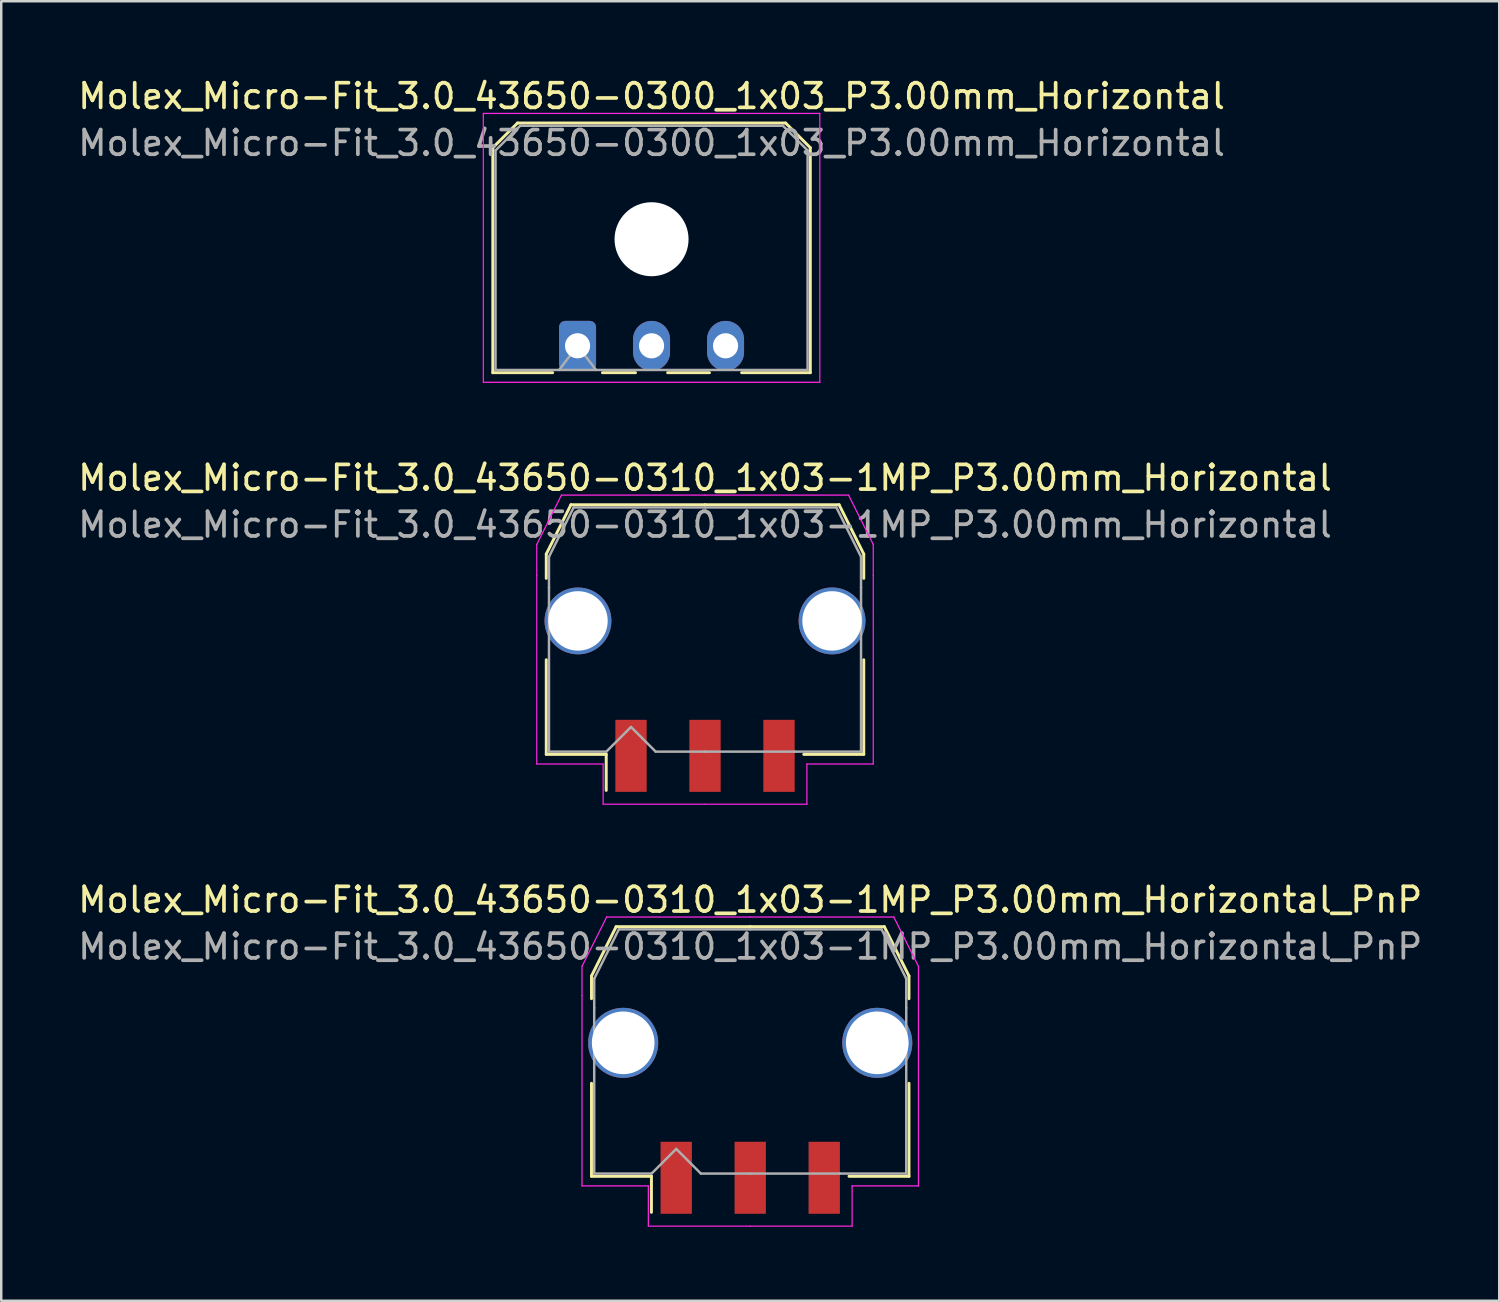
<source format=kicad_pcb>
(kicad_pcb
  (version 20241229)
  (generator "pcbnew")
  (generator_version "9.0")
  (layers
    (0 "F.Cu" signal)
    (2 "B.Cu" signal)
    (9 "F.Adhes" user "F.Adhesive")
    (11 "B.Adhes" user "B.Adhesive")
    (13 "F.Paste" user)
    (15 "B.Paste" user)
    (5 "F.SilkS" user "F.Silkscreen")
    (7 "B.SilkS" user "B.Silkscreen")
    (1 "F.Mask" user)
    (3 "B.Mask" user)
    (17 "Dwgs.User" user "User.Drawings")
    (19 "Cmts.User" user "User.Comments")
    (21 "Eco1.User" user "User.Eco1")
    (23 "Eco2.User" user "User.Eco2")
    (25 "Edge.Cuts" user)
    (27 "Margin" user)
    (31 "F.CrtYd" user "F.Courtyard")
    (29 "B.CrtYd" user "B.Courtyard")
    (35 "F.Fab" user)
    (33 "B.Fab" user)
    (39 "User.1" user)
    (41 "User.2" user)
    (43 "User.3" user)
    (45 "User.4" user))
  (footprint "Molex_Micro-Fit_3.0_43650-0310_1x03-1MP_P3.00mm_Horizontal"
    (layer "F.Cu")
    (at 25.53 22.471)
    (property "Reference" "Molex_Micro-Fit_3.0_43650-0310_1x03-1MP_P3.00mm_Horizontal" (at 0 -6.15 0) (layer "F.SilkS") (effects (font (size 1 1) (thickness 0.15))))
    (attr smd)
    (fp_line (start -6.435 -3.06) (end -6.435 -2.075) (stroke (width 0.12) (type solid)) (layer "F.SilkS"))
    (fp_line (start -6.435 1.225) (end -6.435 5.06) (stroke (width 0.12) (type solid)) (layer "F.SilkS"))
    (fp_line (start -6.435 5.06) (end -4.005 5.06) (stroke (width 0.12) (type solid)) (layer "F.SilkS"))
    (fp_line (start -5.435 -5.06) (end -6.435 -3.06) (stroke (width 0.12) (type solid)) (layer "F.SilkS"))
    (fp_line (start -4.005 5.06) (end -4.005 6.52) (stroke (width 0.12) (type solid)) (layer "F.SilkS"))
    (fp_line (start 0 -5.06) (end -5.435 -5.06) (stroke (width 0.12) (type solid)) (layer "F.SilkS"))
    (fp_line (start 0 -5.06) (end 5.435 -5.06) (stroke (width 0.12) (type solid)) (layer "F.SilkS"))
    (fp_line (start 5.435 -5.06) (end 6.435 -3.06) (stroke (width 0.12) (type solid)) (layer "F.SilkS"))
    (fp_line (start 6.435 -3.06) (end 6.435 -2.075) (stroke (width 0.12) (type solid)) (layer "F.SilkS"))
    (fp_line (start 6.435 1.225) (end 6.435 5.06) (stroke (width 0.12) (type solid)) (layer "F.SilkS"))
    (fp_line (start 6.435 5.06) (end 4.005 5.06) (stroke (width 0.12) (type solid)) (layer "F.SilkS"))
    (fp_line (start -6.82 -3.45) (end -6.82 -2.2) (stroke (width 0.05) (type solid)) (layer "F.CrtYd"))
    (fp_line (start -6.82 -2.2) (end -6.82 5.45) (stroke (width 0.05) (type solid)) (layer "F.CrtYd"))
    (fp_line (start -6.82 5.45) (end -4.13 5.45) (stroke (width 0.05) (type solid)) (layer "F.CrtYd"))
    (fp_line (start -5.82 -5.45) (end -6.82 -3.45) (stroke (width 0.05) (type solid)) (layer "F.CrtYd"))
    (fp_line (start -4.13 5.45) (end -4.13 7.08) (stroke (width 0.05) (type solid)) (layer "F.CrtYd"))
    (fp_line (start -4.13 7.08) (end 0 7.08) (stroke (width 0.05) (type solid)) (layer "F.CrtYd"))
    (fp_line (start 0 -5.45) (end -5.82 -5.45) (stroke (width 0.05) (type solid)) (layer "F.CrtYd"))
    (fp_line (start 0 -5.45) (end 5.82 -5.45) (stroke (width 0.05) (type solid)) (layer "F.CrtYd"))
    (fp_line (start 4.13 5.45) (end 4.13 7.08) (stroke (width 0.05) (type solid)) (layer "F.CrtYd"))
    (fp_line (start 4.13 7.08) (end 0 7.08) (stroke (width 0.05) (type solid)) (layer "F.CrtYd"))
    (fp_line (start 5.82 -5.45) (end 6.82 -3.45) (stroke (width 0.05) (type solid)) (layer "F.CrtYd"))
    (fp_line (start 6.82 -3.45) (end 6.82 -2.2) (stroke (width 0.05) (type solid)) (layer "F.CrtYd"))
    (fp_line (start 6.82 -2.2) (end 6.82 5.45) (stroke (width 0.05) (type solid)) (layer "F.CrtYd"))
    (fp_line (start 6.82 5.45) (end 4.13 5.45) (stroke (width 0.05) (type solid)) (layer "F.CrtYd"))
    (fp_line (start -6.325 -2.95) (end -6.325 -1.705) (stroke (width 0.1) (type solid)) (layer "F.Fab"))
    (fp_line (start -6.325 -1.705) (end -6.325 4.95) (stroke (width 0.1) (type solid)) (layer "F.Fab"))
    (fp_line (start -6.325 4.95) (end -4 4.95) (stroke (width 0.1) (type solid)) (layer "F.Fab"))
    (fp_line (start -5.325 -4.95) (end -6.325 -2.95) (stroke (width 0.1) (type solid)) (layer "F.Fab"))
    (fp_line (start -4 4.95) (end -3 3.95) (stroke (width 0.1) (type solid)) (layer "F.Fab"))
    (fp_line (start -3 3.95) (end -2 4.95) (stroke (width 0.1) (type solid)) (layer "F.Fab"))
    (fp_line (start -2 4.95) (end 0 4.95) (stroke (width 0.1) (type solid)) (layer "F.Fab"))
    (fp_line (start 0 -4.95) (end -5.325 -4.95) (stroke (width 0.1) (type solid)) (layer "F.Fab"))
    (fp_line (start 0 -4.95) (end 5.325 -4.95) (stroke (width 0.1) (type solid)) (layer "F.Fab"))
    (fp_line (start 3.635 4.95) (end 0 4.95) (stroke (width 0.1) (type solid)) (layer "F.Fab"))
    (fp_line (start 5.325 -4.95) (end 6.325 -2.95) (stroke (width 0.1) (type solid)) (layer "F.Fab"))
    (fp_line (start 6.325 -2.95) (end 6.325 -1.705) (stroke (width 0.1) (type solid)) (layer "F.Fab"))
    (fp_line (start 6.325 -1.705) (end 6.325 4.95) (stroke (width 0.1) (type solid)) (layer "F.Fab"))
    (fp_line (start 6.325 4.95) (end 3.635 4.95) (stroke (width 0.1) (type solid)) (layer "F.Fab"))
    (fp_text user "${REFERENCE}" (at 0 -4.25 0) (layer "F.Fab") (effects (font (size 1 1) (thickness 0.15))))
    (pad "1" smd rect (at -3 5.12) (size 1.27 2.92) (layers "F.Cu" "F.Mask" "F.Paste"))
    (pad "2" smd rect (at 0 5.12) (size 1.27 2.92) (layers "F.Cu" "F.Mask" "F.Paste"))
    (pad "3" smd rect (at 3 5.12) (size 1.27 2.92) (layers "F.Cu" "F.Mask" "F.Paste"))
    (pad "MP" thru_hole circle (at -5.15 -0.35) (size 2.71 2.71) (drill 2.41) (layers "*.Cu" "*.Mask"))
    (pad "MP" thru_hole circle (at 5.15 -0.35) (size 2.71 2.71) (drill 2.41) (layers "*.Cu" "*.Mask")))
  (footprint "Molex_Micro-Fit_3.0_43650-0300_1x03_P3.00mm_Horizontal"
    (layer "F.Cu")
    (at 20.363 10.968)
    (property "Reference" "Molex_Micro-Fit_3.0_43650-0300_1x03_P3.00mm_Horizontal" (at 3 -10.12 0) (layer "F.SilkS") (effects (font (size 1 1) (thickness 0.15))))
    (attr through_hole)
    (fp_line (start -3.435 -8.03) (end -2.435 -9.03) (stroke (width 0.12) (type solid)) (layer "F.SilkS"))
    (fp_line (start -3.435 1.09) (end -3.435 -8.03) (stroke (width 0.12) (type solid)) (layer "F.SilkS"))
    (fp_line (start -3.435 1.09) (end -1.01 1.09) (stroke (width 0.12) (type solid)) (layer "F.SilkS"))
    (fp_line (start -2.435 -9.03) (end 8.435 -9.03) (stroke (width 0.12) (type solid)) (layer "F.SilkS"))
    (fp_line (start 1.01 1.09) (end 2.348 1.09) (stroke (width 0.12) (type solid)) (layer "F.SilkS"))
    (fp_line (start 3.652 1.09) (end 5.348 1.09) (stroke (width 0.12) (type solid)) (layer "F.SilkS"))
    (fp_line (start 8.435 -9.03) (end 9.435 -8.03) (stroke (width 0.12) (type solid)) (layer "F.SilkS"))
    (fp_line (start 9.435 -8.03) (end 9.435 1.09) (stroke (width 0.12) (type solid)) (layer "F.SilkS"))
    (fp_line (start 9.435 1.09) (end 6.652 1.09) (stroke (width 0.12) (type solid)) (layer "F.SilkS"))
    (fp_line (start -3.82 -9.42) (end 9.82 -9.42) (stroke (width 0.05) (type solid)) (layer "F.CrtYd"))
    (fp_line (start -3.82 1.48) (end -3.82 -9.42) (stroke (width 0.05) (type solid)) (layer "F.CrtYd"))
    (fp_line (start 9.82 -9.42) (end 9.82 1.48) (stroke (width 0.05) (type solid)) (layer "F.CrtYd"))
    (fp_line (start 9.82 1.48) (end -3.82 1.48) (stroke (width 0.05) (type solid)) (layer "F.CrtYd"))
    (fp_line (start -3.325 -7.92) (end -2.325 -8.92) (stroke (width 0.1) (type solid)) (layer "F.Fab"))
    (fp_line (start -3.325 0.98) (end -3.325 -7.92) (stroke (width 0.1) (type solid)) (layer "F.Fab"))
    (fp_line (start -2.325 -8.92) (end 8.325 -8.92) (stroke (width 0.1) (type solid)) (layer "F.Fab"))
    (fp_line (start -0.75 0.98) (end 0 0) (stroke (width 0.1) (type solid)) (layer "F.Fab"))
    (fp_line (start 0 0) (end 0.75 0.98) (stroke (width 0.1) (type solid)) (layer "F.Fab"))
    (fp_line (start 8.325 -8.92) (end 9.325 -7.92) (stroke (width 0.1) (type solid)) (layer "F.Fab"))
    (fp_line (start 9.325 -7.92) (end 9.325 0.98) (stroke (width 0.1) (type solid)) (layer "F.Fab"))
    (fp_line (start 9.325 0.98) (end -3.325 0.98) (stroke (width 0.1) (type solid)) (layer "F.Fab"))
    (fp_text user "${REFERENCE}" (at 3 -8.22 0) (layer "F.Fab") (effects (font (size 1 1) (thickness 0.15))))
    (pad "" np_thru_hole circle (at 3 -4.32) (size 3 3) (drill 3) (layers "*.Cu" "*.Mask"))
    (pad "1" thru_hole roundrect (at 0 0) (size 1.5 2.02) (drill 1.02) (layers "*.Cu" "*.Mask") (roundrect_rratio 0.167))
    (pad "2" thru_hole oval (at 3 0) (size 1.5 2.02) (drill 1.02) (layers "*.Cu" "*.Mask"))
    (pad "3" thru_hole oval (at 6 0) (size 1.5 2.02) (drill 1.02) (layers "*.Cu" "*.Mask")))
  (footprint "Molex_Micro-Fit_3.0_43650-0310_1x03-1MP_P3.00mm_Horizontal_PnP"
    (layer "F.Cu")
    (at 27.363 39.575)
    (property "Reference" "Molex_Micro-Fit_3.0_43650-0310_1x03-1MP_P3.00mm_Horizontal_PnP" (at 0 -6.15 0) (layer "F.SilkS") (effects (font (size 1 1) (thickness 0.15))))
    (attr smd)
    (fp_line (start -6.435 -3.06) (end -6.435 -2.14) (stroke (width 0.12) (type solid)) (layer "F.SilkS"))
    (fp_line (start -6.435 1.29) (end -6.435 5.06) (stroke (width 0.12) (type solid)) (layer "F.SilkS"))
    (fp_line (start -6.435 5.06) (end -4.005 5.06) (stroke (width 0.12) (type solid)) (layer "F.SilkS"))
    (fp_line (start -5.435 -5.06) (end -6.435 -3.06) (stroke (width 0.12) (type solid)) (layer "F.SilkS"))
    (fp_line (start -4.005 5.06) (end -4.005 6.52) (stroke (width 0.12) (type solid)) (layer "F.SilkS"))
    (fp_line (start 0 -5.06) (end -5.435 -5.06) (stroke (width 0.12) (type solid)) (layer "F.SilkS"))
    (fp_line (start 0 -5.06) (end 5.435 -5.06) (stroke (width 0.12) (type solid)) (layer "F.SilkS"))
    (fp_line (start 5.435 -5.06) (end 6.435 -3.06) (stroke (width 0.12) (type solid)) (layer "F.SilkS"))
    (fp_line (start 6.435 -3.06) (end 6.435 -2.14) (stroke (width 0.12) (type solid)) (layer "F.SilkS"))
    (fp_line (start 6.435 1.29) (end 6.435 5.06) (stroke (width 0.12) (type solid)) (layer "F.SilkS"))
    (fp_line (start 6.435 5.06) (end 4.005 5.06) (stroke (width 0.12) (type solid)) (layer "F.SilkS"))
    (fp_line (start -6.82 -3.45) (end -6.82 -2.27) (stroke (width 0.05) (type solid)) (layer "F.CrtYd"))
    (fp_line (start -6.82 -2.27) (end -6.82 5.45) (stroke (width 0.05) (type solid)) (layer "F.CrtYd"))
    (fp_line (start -6.82 5.45) (end -4.13 5.45) (stroke (width 0.05) (type solid)) (layer "F.CrtYd"))
    (fp_line (start -5.82 -5.45) (end -6.82 -3.45) (stroke (width 0.05) (type solid)) (layer "F.CrtYd"))
    (fp_line (start -4.13 5.45) (end -4.13 7.08) (stroke (width 0.05) (type solid)) (layer "F.CrtYd"))
    (fp_line (start -4.13 7.08) (end 0 7.08) (stroke (width 0.05) (type solid)) (layer "F.CrtYd"))
    (fp_line (start 0 -5.45) (end -5.82 -5.45) (stroke (width 0.05) (type solid)) (layer "F.CrtYd"))
    (fp_line (start 0 -5.45) (end 5.82 -5.45) (stroke (width 0.05) (type solid)) (layer "F.CrtYd"))
    (fp_line (start 4.13 5.45) (end 4.13 7.08) (stroke (width 0.05) (type solid)) (layer "F.CrtYd"))
    (fp_line (start 4.13 7.08) (end 0 7.08) (stroke (width 0.05) (type solid)) (layer "F.CrtYd"))
    (fp_line (start 5.82 -5.45) (end 6.82 -3.45) (stroke (width 0.05) (type solid)) (layer "F.CrtYd"))
    (fp_line (start 6.82 -3.45) (end 6.82 -2.27) (stroke (width 0.05) (type solid)) (layer "F.CrtYd"))
    (fp_line (start 6.82 -2.27) (end 6.82 5.45) (stroke (width 0.05) (type solid)) (layer "F.CrtYd"))
    (fp_line (start 6.82 5.45) (end 4.13 5.45) (stroke (width 0.05) (type solid)) (layer "F.CrtYd"))
    (fp_line (start -6.325 -2.95) (end -6.325 -1.77) (stroke (width 0.1) (type solid)) (layer "F.Fab"))
    (fp_line (start -6.325 -1.77) (end -6.325 4.95) (stroke (width 0.1) (type solid)) (layer "F.Fab"))
    (fp_line (start -6.325 4.95) (end -4 4.95) (stroke (width 0.1) (type solid)) (layer "F.Fab"))
    (fp_line (start -5.325 -4.95) (end -6.325 -2.95) (stroke (width 0.1) (type solid)) (layer "F.Fab"))
    (fp_line (start -4 4.95) (end -3 3.95) (stroke (width 0.1) (type solid)) (layer "F.Fab"))
    (fp_line (start -3 3.95) (end -2 4.95) (stroke (width 0.1) (type solid)) (layer "F.Fab"))
    (fp_line (start -2 4.95) (end 0 4.95) (stroke (width 0.1) (type solid)) (layer "F.Fab"))
    (fp_line (start 0 -4.95) (end -5.325 -4.95) (stroke (width 0.1) (type solid)) (layer "F.Fab"))
    (fp_line (start 0 -4.95) (end 5.325 -4.95) (stroke (width 0.1) (type solid)) (layer "F.Fab"))
    (fp_line (start 3.635 4.95) (end 0 4.95) (stroke (width 0.1) (type solid)) (layer "F.Fab"))
    (fp_line (start 5.325 -4.95) (end 6.325 -2.95) (stroke (width 0.1) (type solid)) (layer "F.Fab"))
    (fp_line (start 6.325 -2.95) (end 6.325 -1.77) (stroke (width 0.1) (type solid)) (layer "F.Fab"))
    (fp_line (start 6.325 -1.77) (end 6.325 4.95) (stroke (width 0.1) (type solid)) (layer "F.Fab"))
    (fp_line (start 6.325 4.95) (end 3.635 4.95) (stroke (width 0.1) (type solid)) (layer "F.Fab"))
    (fp_text user "${REFERENCE}" (at 0 -4.25 0) (layer "F.Fab") (effects (font (size 1 1) (thickness 0.15))))
    (pad "1" smd rect (at -3 5.12) (size 1.27 2.92) (layers "F.Cu" "F.Mask" "F.Paste"))
    (pad "2" smd rect (at 0 5.12) (size 1.27 2.92) (layers "F.Cu" "F.Mask" "F.Paste"))
    (pad "3" smd rect (at 3 5.12) (size 1.27 2.92) (layers "F.Cu" "F.Mask" "F.Paste"))
    (pad "MP" thru_hole circle (at -5.15 -0.35) (size 2.84 2.84) (drill 2.54) (layers "*.Cu" "*.Mask"))
    (pad "MP" thru_hole circle (at 5.15 -0.35) (size 2.84 2.84) (drill 2.54) (layers "*.Cu" "*.Mask")))
  (gr_rect
    (start -3 -3)
    (end 57.726 49.68)
    (stroke (width 0.1) (type default))
    (fill no)
    (layer "Edge.Cuts")))
</source>
